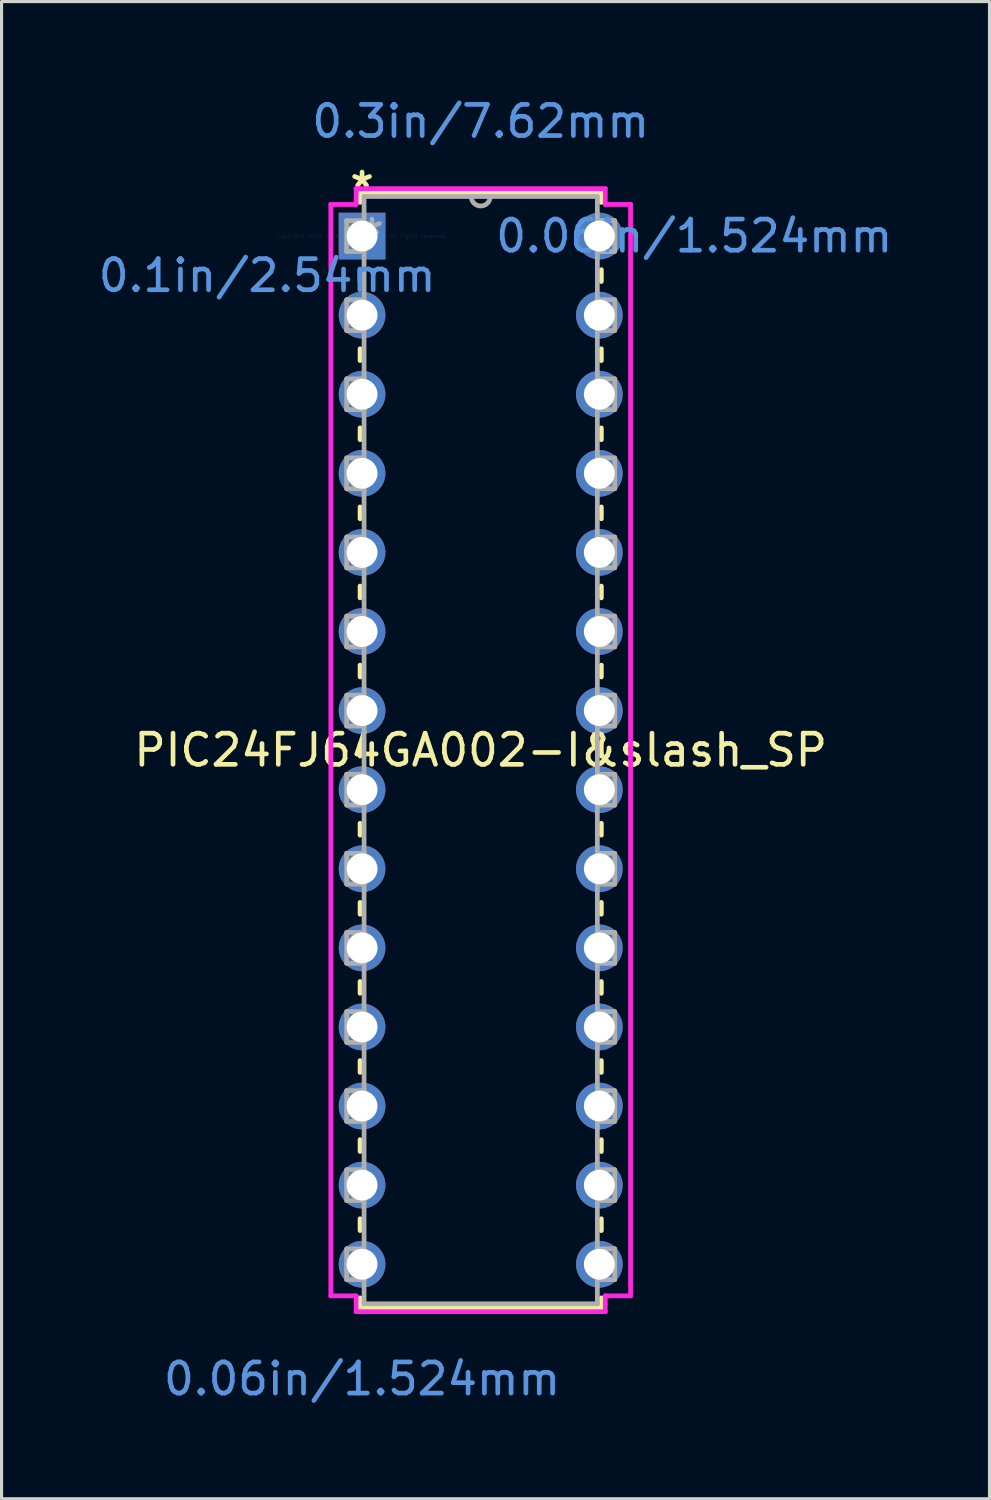
<source format=kicad_pcb>
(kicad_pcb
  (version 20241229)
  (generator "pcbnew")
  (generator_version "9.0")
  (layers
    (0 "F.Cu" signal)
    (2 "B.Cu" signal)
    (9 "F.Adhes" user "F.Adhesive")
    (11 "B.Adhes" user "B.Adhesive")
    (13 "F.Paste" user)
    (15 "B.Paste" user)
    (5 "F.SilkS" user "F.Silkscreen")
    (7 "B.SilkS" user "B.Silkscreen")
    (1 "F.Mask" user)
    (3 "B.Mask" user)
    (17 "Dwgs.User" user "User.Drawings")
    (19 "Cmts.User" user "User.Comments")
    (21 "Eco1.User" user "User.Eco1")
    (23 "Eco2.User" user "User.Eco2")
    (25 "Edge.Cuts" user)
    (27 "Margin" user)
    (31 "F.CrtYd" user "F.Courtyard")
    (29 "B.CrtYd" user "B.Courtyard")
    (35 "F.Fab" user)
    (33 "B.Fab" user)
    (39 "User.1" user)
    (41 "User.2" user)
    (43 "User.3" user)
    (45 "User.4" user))
  (footprint "PIC24FJ64GA002-I&slash_SP"
    (layer "F.Cu")
    (at 8.578 4.531)
    (property "Reference" "PIC24FJ64GA002-I&slash_SP" (at 3.81 16.51 0) (layer "F.SilkS") (effects (font (size 1 1) (thickness 0.15))))
    (attr through_hole)
    (fp_line (start -0.064 -1.397) (end -0.064 -1.082) (stroke (width 0.152) (type solid)) (layer "F.SilkS"))
    (fp_line (start -0.064 1.082) (end -0.064 1.46) (stroke (width 0.152) (type solid)) (layer "F.SilkS"))
    (fp_line (start -0.064 3.62) (end -0.064 4) (stroke (width 0.152) (type solid)) (layer "F.SilkS"))
    (fp_line (start -0.064 6.16) (end -0.064 6.54) (stroke (width 0.152) (type solid)) (layer "F.SilkS"))
    (fp_line (start -0.064 8.7) (end -0.064 9.08) (stroke (width 0.152) (type solid)) (layer "F.SilkS"))
    (fp_line (start -0.064 11.24) (end -0.064 11.62) (stroke (width 0.152) (type solid)) (layer "F.SilkS"))
    (fp_line (start -0.064 13.78) (end -0.064 14.16) (stroke (width 0.152) (type solid)) (layer "F.SilkS"))
    (fp_line (start -0.064 16.32) (end -0.064 16.7) (stroke (width 0.152) (type solid)) (layer "F.SilkS"))
    (fp_line (start -0.064 18.86) (end -0.064 19.24) (stroke (width 0.152) (type solid)) (layer "F.SilkS"))
    (fp_line (start -0.064 21.4) (end -0.064 21.78) (stroke (width 0.152) (type solid)) (layer "F.SilkS"))
    (fp_line (start -0.064 23.94) (end -0.064 24.32) (stroke (width 0.152) (type solid)) (layer "F.SilkS"))
    (fp_line (start -0.064 26.48) (end -0.064 26.86) (stroke (width 0.152) (type solid)) (layer "F.SilkS"))
    (fp_line (start -0.064 29.02) (end -0.064 29.4) (stroke (width 0.152) (type solid)) (layer "F.SilkS"))
    (fp_line (start -0.064 31.56) (end -0.064 31.94) (stroke (width 0.152) (type solid)) (layer "F.SilkS"))
    (fp_line (start -0.064 34.1) (end -0.064 34.417) (stroke (width 0.152) (type solid)) (layer "F.SilkS"))
    (fp_line (start -0.064 34.417) (end 7.684 34.417) (stroke (width 0.152) (type solid)) (layer "F.SilkS"))
    (fp_line (start 7.684 -1.397) (end -0.064 -1.397) (stroke (width 0.152) (type solid)) (layer "F.SilkS"))
    (fp_line (start 7.684 -1.08) (end 7.684 -1.397) (stroke (width 0.152) (type solid)) (layer "F.SilkS"))
    (fp_line (start 7.684 1.46) (end 7.684 1.08) (stroke (width 0.152) (type solid)) (layer "F.SilkS"))
    (fp_line (start 7.684 4) (end 7.684 3.62) (stroke (width 0.152) (type solid)) (layer "F.SilkS"))
    (fp_line (start 7.684 6.54) (end 7.684 6.16) (stroke (width 0.152) (type solid)) (layer "F.SilkS"))
    (fp_line (start 7.684 9.08) (end 7.684 8.7) (stroke (width 0.152) (type solid)) (layer "F.SilkS"))
    (fp_line (start 7.684 11.62) (end 7.684 11.24) (stroke (width 0.152) (type solid)) (layer "F.SilkS"))
    (fp_line (start 7.684 14.16) (end 7.684 13.78) (stroke (width 0.152) (type solid)) (layer "F.SilkS"))
    (fp_line (start 7.684 16.7) (end 7.684 16.32) (stroke (width 0.152) (type solid)) (layer "F.SilkS"))
    (fp_line (start 7.684 19.24) (end 7.684 18.86) (stroke (width 0.152) (type solid)) (layer "F.SilkS"))
    (fp_line (start 7.684 21.78) (end 7.684 21.4) (stroke (width 0.152) (type solid)) (layer "F.SilkS"))
    (fp_line (start 7.684 24.32) (end 7.684 23.94) (stroke (width 0.152) (type solid)) (layer "F.SilkS"))
    (fp_line (start 7.684 26.86) (end 7.684 26.48) (stroke (width 0.152) (type solid)) (layer "F.SilkS"))
    (fp_line (start 7.684 29.4) (end 7.684 29.02) (stroke (width 0.152) (type solid)) (layer "F.SilkS"))
    (fp_line (start 7.684 31.94) (end 7.684 31.56) (stroke (width 0.152) (type solid)) (layer "F.SilkS"))
    (fp_line (start 7.684 34.417) (end 7.684 34.1) (stroke (width 0.152) (type solid)) (layer "F.SilkS"))
    (fp_line (start -1.003 -1.016) (end -0.191 -1.016) (stroke (width 0.152) (type solid)) (layer "F.CrtYd"))
    (fp_line (start -1.003 34.036) (end -1.003 -1.016) (stroke (width 0.152) (type solid)) (layer "F.CrtYd"))
    (fp_line (start -0.191 -1.524) (end 7.811 -1.524) (stroke (width 0.152) (type solid)) (layer "F.CrtYd"))
    (fp_line (start -0.191 -1.016) (end -0.191 -1.524) (stroke (width 0.152) (type solid)) (layer "F.CrtYd"))
    (fp_line (start -0.191 34.036) (end -1.003 34.036) (stroke (width 0.152) (type solid)) (layer "F.CrtYd"))
    (fp_line (start -0.191 34.544) (end -0.191 34.036) (stroke (width 0.152) (type solid)) (layer "F.CrtYd"))
    (fp_line (start 7.811 -1.524) (end 7.811 -1.016) (stroke (width 0.152) (type solid)) (layer "F.CrtYd"))
    (fp_line (start 7.811 34.036) (end 7.811 34.544) (stroke (width 0.152) (type solid)) (layer "F.CrtYd"))
    (fp_line (start 7.811 34.544) (end -0.191 34.544) (stroke (width 0.152) (type solid)) (layer "F.CrtYd"))
    (fp_line (start 8.623 -1.016) (end 7.811 -1.016) (stroke (width 0.152) (type solid)) (layer "F.CrtYd"))
    (fp_line (start 8.623 -1.016) (end 8.623 34.036) (stroke (width 0.152) (type solid)) (layer "F.CrtYd"))
    (fp_line (start 8.623 34.036) (end 7.811 34.036) (stroke (width 0.152) (type solid)) (layer "F.CrtYd"))
    (fp_line (start -0.495 -0.495) (end -0.495 0.495) (stroke (width 0.152) (type solid)) (layer "F.Fab"))
    (fp_line (start -0.495 0.495) (end 0.064 0.495) (stroke (width 0.152) (type solid)) (layer "F.Fab"))
    (fp_line (start -0.495 2.045) (end -0.495 3.035) (stroke (width 0.152) (type solid)) (layer "F.Fab"))
    (fp_line (start -0.495 3.035) (end 0.064 3.035) (stroke (width 0.152) (type solid)) (layer "F.Fab"))
    (fp_line (start -0.495 4.585) (end -0.495 5.575) (stroke (width 0.152) (type solid)) (layer "F.Fab"))
    (fp_line (start -0.495 5.575) (end 0.064 5.575) (stroke (width 0.152) (type solid)) (layer "F.Fab"))
    (fp_line (start -0.495 7.125) (end -0.495 8.115) (stroke (width 0.152) (type solid)) (layer "F.Fab"))
    (fp_line (start -0.495 8.115) (end 0.064 8.115) (stroke (width 0.152) (type solid)) (layer "F.Fab"))
    (fp_line (start -0.495 9.665) (end -0.495 10.655) (stroke (width 0.152) (type solid)) (layer "F.Fab"))
    (fp_line (start -0.495 10.655) (end 0.064 10.655) (stroke (width 0.152) (type solid)) (layer "F.Fab"))
    (fp_line (start -0.495 12.205) (end -0.495 13.195) (stroke (width 0.152) (type solid)) (layer "F.Fab"))
    (fp_line (start -0.495 13.195) (end 0.064 13.195) (stroke (width 0.152) (type solid)) (layer "F.Fab"))
    (fp_line (start -0.495 14.745) (end -0.495 15.735) (stroke (width 0.152) (type solid)) (layer "F.Fab"))
    (fp_line (start -0.495 15.735) (end 0.064 15.735) (stroke (width 0.152) (type solid)) (layer "F.Fab"))
    (fp_line (start -0.495 17.285) (end -0.495 18.275) (stroke (width 0.152) (type solid)) (layer "F.Fab"))
    (fp_line (start -0.495 18.275) (end 0.064 18.275) (stroke (width 0.152) (type solid)) (layer "F.Fab"))
    (fp_line (start -0.495 19.825) (end -0.495 20.815) (stroke (width 0.152) (type solid)) (layer "F.Fab"))
    (fp_line (start -0.495 20.815) (end 0.064 20.815) (stroke (width 0.152) (type solid)) (layer "F.Fab"))
    (fp_line (start -0.495 22.365) (end -0.495 23.355) (stroke (width 0.152) (type solid)) (layer "F.Fab"))
    (fp_line (start -0.495 23.355) (end 0.064 23.355) (stroke (width 0.152) (type solid)) (layer "F.Fab"))
    (fp_line (start -0.495 24.905) (end -0.495 25.895) (stroke (width 0.152) (type solid)) (layer "F.Fab"))
    (fp_line (start -0.495 25.895) (end 0.064 25.895) (stroke (width 0.152) (type solid)) (layer "F.Fab"))
    (fp_line (start -0.495 27.445) (end -0.495 28.435) (stroke (width 0.152) (type solid)) (layer "F.Fab"))
    (fp_line (start -0.495 28.435) (end 0.064 28.435) (stroke (width 0.152) (type solid)) (layer "F.Fab"))
    (fp_line (start -0.495 29.985) (end -0.495 30.975) (stroke (width 0.152) (type solid)) (layer "F.Fab"))
    (fp_line (start -0.495 30.975) (end 0.064 30.975) (stroke (width 0.152) (type solid)) (layer "F.Fab"))
    (fp_line (start -0.495 32.525) (end -0.495 33.515) (stroke (width 0.152) (type solid)) (layer "F.Fab"))
    (fp_line (start -0.495 33.515) (end 0.064 33.515) (stroke (width 0.152) (type solid)) (layer "F.Fab"))
    (fp_line (start 0.064 -1.27) (end 0.064 34.29) (stroke (width 0.152) (type solid)) (layer "F.Fab"))
    (fp_line (start 0.064 -0.495) (end -0.495 -0.495) (stroke (width 0.152) (type solid)) (layer "F.Fab"))
    (fp_line (start 0.064 0.495) (end 0.064 -0.495) (stroke (width 0.152) (type solid)) (layer "F.Fab"))
    (fp_line (start 0.064 2.045) (end -0.495 2.045) (stroke (width 0.152) (type solid)) (layer "F.Fab"))
    (fp_line (start 0.064 3.035) (end 0.064 2.045) (stroke (width 0.152) (type solid)) (layer "F.Fab"))
    (fp_line (start 0.064 4.585) (end -0.495 4.585) (stroke (width 0.152) (type solid)) (layer "F.Fab"))
    (fp_line (start 0.064 5.575) (end 0.064 4.585) (stroke (width 0.152) (type solid)) (layer "F.Fab"))
    (fp_line (start 0.064 7.125) (end -0.495 7.125) (stroke (width 0.152) (type solid)) (layer "F.Fab"))
    (fp_line (start 0.064 8.115) (end 0.064 7.125) (stroke (width 0.152) (type solid)) (layer "F.Fab"))
    (fp_line (start 0.064 9.665) (end -0.495 9.665) (stroke (width 0.152) (type solid)) (layer "F.Fab"))
    (fp_line (start 0.064 10.655) (end 0.064 9.665) (stroke (width 0.152) (type solid)) (layer "F.Fab"))
    (fp_line (start 0.064 12.205) (end -0.495 12.205) (stroke (width 0.152) (type solid)) (layer "F.Fab"))
    (fp_line (start 0.064 13.195) (end 0.064 12.205) (stroke (width 0.152) (type solid)) (layer "F.Fab"))
    (fp_line (start 0.064 14.745) (end -0.495 14.745) (stroke (width 0.152) (type solid)) (layer "F.Fab"))
    (fp_line (start 0.064 15.735) (end 0.064 14.745) (stroke (width 0.152) (type solid)) (layer "F.Fab"))
    (fp_line (start 0.064 17.285) (end -0.495 17.285) (stroke (width 0.152) (type solid)) (layer "F.Fab"))
    (fp_line (start 0.064 18.275) (end 0.064 17.285) (stroke (width 0.152) (type solid)) (layer "F.Fab"))
    (fp_line (start 0.064 19.825) (end -0.495 19.825) (stroke (width 0.152) (type solid)) (layer "F.Fab"))
    (fp_line (start 0.064 20.815) (end 0.064 19.825) (stroke (width 0.152) (type solid)) (layer "F.Fab"))
    (fp_line (start 0.064 22.365) (end -0.495 22.365) (stroke (width 0.152) (type solid)) (layer "F.Fab"))
    (fp_line (start 0.064 23.355) (end 0.064 22.365) (stroke (width 0.152) (type solid)) (layer "F.Fab"))
    (fp_line (start 0.064 24.905) (end -0.495 24.905) (stroke (width 0.152) (type solid)) (layer "F.Fab"))
    (fp_line (start 0.064 25.895) (end 0.064 24.905) (stroke (width 0.152) (type solid)) (layer "F.Fab"))
    (fp_line (start 0.064 27.445) (end -0.495 27.445) (stroke (width 0.152) (type solid)) (layer "F.Fab"))
    (fp_line (start 0.064 28.435) (end 0.064 27.445) (stroke (width 0.152) (type solid)) (layer "F.Fab"))
    (fp_line (start 0.064 29.985) (end -0.495 29.985) (stroke (width 0.152) (type solid)) (layer "F.Fab"))
    (fp_line (start 0.064 30.975) (end 0.064 29.985) (stroke (width 0.152) (type solid)) (layer "F.Fab"))
    (fp_line (start 0.064 32.525) (end -0.495 32.525) (stroke (width 0.152) (type solid)) (layer "F.Fab"))
    (fp_line (start 0.064 33.515) (end 0.064 32.525) (stroke (width 0.152) (type solid)) (layer "F.Fab"))
    (fp_line (start 0.064 34.29) (end 7.556 34.29) (stroke (width 0.152) (type solid)) (layer "F.Fab"))
    (fp_line (start 7.556 -1.27) (end 0.064 -1.27) (stroke (width 0.152) (type solid)) (layer "F.Fab"))
    (fp_line (start 7.556 -0.495) (end 7.556 0.495) (stroke (width 0.152) (type solid)) (layer "F.Fab"))
    (fp_line (start 7.556 0.495) (end 8.115 0.495) (stroke (width 0.152) (type solid)) (layer "F.Fab"))
    (fp_line (start 7.556 2.045) (end 7.556 3.035) (stroke (width 0.152) (type solid)) (layer "F.Fab"))
    (fp_line (start 7.556 3.035) (end 8.115 3.035) (stroke (width 0.152) (type solid)) (layer "F.Fab"))
    (fp_line (start 7.556 4.585) (end 7.556 5.575) (stroke (width 0.152) (type solid)) (layer "F.Fab"))
    (fp_line (start 7.556 5.575) (end 8.115 5.575) (stroke (width 0.152) (type solid)) (layer "F.Fab"))
    (fp_line (start 7.556 7.125) (end 7.556 8.115) (stroke (width 0.152) (type solid)) (layer "F.Fab"))
    (fp_line (start 7.556 8.115) (end 8.115 8.115) (stroke (width 0.152) (type solid)) (layer "F.Fab"))
    (fp_line (start 7.556 9.665) (end 7.556 10.655) (stroke (width 0.152) (type solid)) (layer "F.Fab"))
    (fp_line (start 7.556 10.655) (end 8.115 10.655) (stroke (width 0.152) (type solid)) (layer "F.Fab"))
    (fp_line (start 7.556 12.205) (end 7.556 13.195) (stroke (width 0.152) (type solid)) (layer "F.Fab"))
    (fp_line (start 7.556 13.195) (end 8.115 13.195) (stroke (width 0.152) (type solid)) (layer "F.Fab"))
    (fp_line (start 7.556 14.745) (end 7.556 15.735) (stroke (width 0.152) (type solid)) (layer "F.Fab"))
    (fp_line (start 7.556 15.735) (end 8.115 15.735) (stroke (width 0.152) (type solid)) (layer "F.Fab"))
    (fp_line (start 7.556 17.285) (end 7.556 18.275) (stroke (width 0.152) (type solid)) (layer "F.Fab"))
    (fp_line (start 7.556 18.275) (end 8.115 18.275) (stroke (width 0.152) (type solid)) (layer "F.Fab"))
    (fp_line (start 7.556 19.825) (end 7.556 20.815) (stroke (width 0.152) (type solid)) (layer "F.Fab"))
    (fp_line (start 7.556 20.815) (end 8.115 20.815) (stroke (width 0.152) (type solid)) (layer "F.Fab"))
    (fp_line (start 7.556 22.365) (end 7.556 23.355) (stroke (width 0.152) (type solid)) (layer "F.Fab"))
    (fp_line (start 7.556 23.355) (end 8.115 23.355) (stroke (width 0.152) (type solid)) (layer "F.Fab"))
    (fp_line (start 7.556 24.905) (end 7.556 25.895) (stroke (width 0.152) (type solid)) (layer "F.Fab"))
    (fp_line (start 7.556 25.895) (end 8.115 25.895) (stroke (width 0.152) (type solid)) (layer "F.Fab"))
    (fp_line (start 7.556 27.445) (end 7.556 28.435) (stroke (width 0.152) (type solid)) (layer "F.Fab"))
    (fp_line (start 7.556 28.435) (end 8.115 28.435) (stroke (width 0.152) (type solid)) (layer "F.Fab"))
    (fp_line (start 7.556 29.985) (end 7.556 30.975) (stroke (width 0.152) (type solid)) (layer "F.Fab"))
    (fp_line (start 7.556 30.975) (end 8.115 30.975) (stroke (width 0.152) (type solid)) (layer "F.Fab"))
    (fp_line (start 7.556 32.525) (end 7.556 33.515) (stroke (width 0.152) (type solid)) (layer "F.Fab"))
    (fp_line (start 7.556 33.515) (end 8.115 33.515) (stroke (width 0.152) (type solid)) (layer "F.Fab"))
    (fp_line (start 7.556 34.29) (end 7.556 -1.27) (stroke (width 0.152) (type solid)) (layer "F.Fab"))
    (fp_line (start 8.115 -0.495) (end 7.556 -0.495) (stroke (width 0.152) (type solid)) (layer "F.Fab"))
    (fp_line (start 8.115 0.495) (end 8.115 -0.495) (stroke (width 0.152) (type solid)) (layer "F.Fab"))
    (fp_line (start 8.115 2.045) (end 7.556 2.045) (stroke (width 0.152) (type solid)) (layer "F.Fab"))
    (fp_line (start 8.115 3.035) (end 8.115 2.045) (stroke (width 0.152) (type solid)) (layer "F.Fab"))
    (fp_line (start 8.115 4.585) (end 7.556 4.585) (stroke (width 0.152) (type solid)) (layer "F.Fab"))
    (fp_line (start 8.115 5.575) (end 8.115 4.585) (stroke (width 0.152) (type solid)) (layer "F.Fab"))
    (fp_line (start 8.115 7.125) (end 7.556 7.125) (stroke (width 0.152) (type solid)) (layer "F.Fab"))
    (fp_line (start 8.115 8.115) (end 8.115 7.125) (stroke (width 0.152) (type solid)) (layer "F.Fab"))
    (fp_line (start 8.115 9.665) (end 7.556 9.665) (stroke (width 0.152) (type solid)) (layer "F.Fab"))
    (fp_line (start 8.115 10.655) (end 8.115 9.665) (stroke (width 0.152) (type solid)) (layer "F.Fab"))
    (fp_line (start 8.115 12.205) (end 7.556 12.205) (stroke (width 0.152) (type solid)) (layer "F.Fab"))
    (fp_line (start 8.115 13.195) (end 8.115 12.205) (stroke (width 0.152) (type solid)) (layer "F.Fab"))
    (fp_line (start 8.115 14.745) (end 7.556 14.745) (stroke (width 0.152) (type solid)) (layer "F.Fab"))
    (fp_line (start 8.115 15.735) (end 8.115 14.745) (stroke (width 0.152) (type solid)) (layer "F.Fab"))
    (fp_line (start 8.115 17.285) (end 7.556 17.285) (stroke (width 0.152) (type solid)) (layer "F.Fab"))
    (fp_line (start 8.115 18.275) (end 8.115 17.285) (stroke (width 0.152) (type solid)) (layer "F.Fab"))
    (fp_line (start 8.115 19.825) (end 7.556 19.825) (stroke (width 0.152) (type solid)) (layer "F.Fab"))
    (fp_line (start 8.115 20.815) (end 8.115 19.825) (stroke (width 0.152) (type solid)) (layer "F.Fab"))
    (fp_line (start 8.115 22.365) (end 7.556 22.365) (stroke (width 0.152) (type solid)) (layer "F.Fab"))
    (fp_line (start 8.115 23.355) (end 8.115 22.365) (stroke (width 0.152) (type solid)) (layer "F.Fab"))
    (fp_line (start 8.115 24.905) (end 7.556 24.905) (stroke (width 0.152) (type solid)) (layer "F.Fab"))
    (fp_line (start 8.115 25.895) (end 8.115 24.905) (stroke (width 0.152) (type solid)) (layer "F.Fab"))
    (fp_line (start 8.115 27.445) (end 7.556 27.445) (stroke (width 0.152) (type solid)) (layer "F.Fab"))
    (fp_line (start 8.115 28.435) (end 8.115 27.445) (stroke (width 0.152) (type solid)) (layer "F.Fab"))
    (fp_line (start 8.115 29.985) (end 7.556 29.985) (stroke (width 0.152) (type solid)) (layer "F.Fab"))
    (fp_line (start 8.115 30.975) (end 8.115 29.985) (stroke (width 0.152) (type solid)) (layer "F.Fab"))
    (fp_line (start 8.115 32.525) (end 7.556 32.525) (stroke (width 0.152) (type solid)) (layer "F.Fab"))
    (fp_line (start 8.115 33.515) (end 8.115 32.525) (stroke (width 0.152) (type solid)) (layer "F.Fab"))
    (fp_arc (start 4.1148 -1.27) (mid 3.81 -0.9652) (end 3.5052 -1.27) (stroke (width 0.1524) (type solid)) (layer "F.Fab"))
    (fp_text user "*" (at 0 -1.511 0) (layer "F.SilkS") (effects (font (size 1 1) (thickness 0.15))))
    (fp_text user "Copyright 2016 Accelerated Designs. All rights reserved." (at 0 0 0) (layer "Cmts.User") (effects (font (size 0.127 0.127) (thickness 0.002))))
    (fp_text user "0.06in/1.524mm" (at 0 36.703 0) (layer "Cmts.User") (effects (font (size 1 1) (thickness 0.15))))
    (fp_text user "0.1in/2.54mm" (at -3.048 1.27 0) (layer "Cmts.User") (effects (font (size 1 1) (thickness 0.15))))
    (fp_text user "0.06in/1.524mm" (at 10.668 0 0) (layer "Cmts.User") (effects (font (size 1 1) (thickness 0.15))))
    (fp_text user "0.3in/7.62mm" (at 3.81 -3.683 0) (layer "Cmts.User") (effects (font (size 1 1) (thickness 0.15))))
    (fp_text user "*" (at 0.318 0 0) (layer "F.Fab") (effects (font (size 1 1) (thickness 0.15))))
    (pad "1" thru_hole rect (at 0 0) (size 1.499 1.499) (drill 0.991) (layers "*.Cu" "*.Mask"))
    (pad "2" thru_hole circle (at 0 2.54) (size 1.499 1.499) (drill 0.991) (layers "*.Cu" "*.Mask"))
    (pad "3" thru_hole circle (at 0 5.08) (size 1.499 1.499) (drill 0.991) (layers "*.Cu" "*.Mask"))
    (pad "4" thru_hole circle (at 0 7.62) (size 1.499 1.499) (drill 0.991) (layers "*.Cu" "*.Mask"))
    (pad "5" thru_hole circle (at 0 10.16) (size 1.499 1.499) (drill 0.991) (layers "*.Cu" "*.Mask"))
    (pad "6" thru_hole circle (at 0 12.7) (size 1.499 1.499) (drill 0.991) (layers "*.Cu" "*.Mask"))
    (pad "7" thru_hole circle (at 0 15.24) (size 1.499 1.499) (drill 0.991) (layers "*.Cu" "*.Mask"))
    (pad "8" thru_hole circle (at 0 17.78) (size 1.499 1.499) (drill 0.991) (layers "*.Cu" "*.Mask"))
    (pad "9" thru_hole circle (at 0 20.32) (size 1.499 1.499) (drill 0.991) (layers "*.Cu" "*.Mask"))
    (pad "10" thru_hole circle (at 0 22.86) (size 1.499 1.499) (drill 0.991) (layers "*.Cu" "*.Mask"))
    (pad "11" thru_hole circle (at 0 25.4) (size 1.499 1.499) (drill 0.991) (layers "*.Cu" "*.Mask"))
    (pad "12" thru_hole circle (at 0 27.94) (size 1.499 1.499) (drill 0.991) (layers "*.Cu" "*.Mask"))
    (pad "13" thru_hole circle (at 0 30.48) (size 1.499 1.499) (drill 0.991) (layers "*.Cu" "*.Mask"))
    (pad "14" thru_hole circle (at 0 33.02) (size 1.499 1.499) (drill 0.991) (layers "*.Cu" "*.Mask"))
    (pad "15" thru_hole circle (at 7.62 33.02) (size 1.499 1.499) (drill 0.991) (layers "*.Cu" "*.Mask"))
    (pad "16" thru_hole circle (at 7.62 30.48) (size 1.499 1.499) (drill 0.991) (layers "*.Cu" "*.Mask"))
    (pad "17" thru_hole circle (at 7.62 27.94) (size 1.499 1.499) (drill 0.991) (layers "*.Cu" "*.Mask"))
    (pad "18" thru_hole circle (at 7.62 25.4) (size 1.499 1.499) (drill 0.991) (layers "*.Cu" "*.Mask"))
    (pad "19" thru_hole circle (at 7.62 22.86) (size 1.499 1.499) (drill 0.991) (layers "*.Cu" "*.Mask"))
    (pad "20" thru_hole circle (at 7.62 20.32) (size 1.499 1.499) (drill 0.991) (layers "*.Cu" "*.Mask"))
    (pad "21" thru_hole circle (at 7.62 17.78) (size 1.499 1.499) (drill 0.991) (layers "*.Cu" "*.Mask"))
    (pad "22" thru_hole circle (at 7.62 15.24) (size 1.499 1.499) (drill 0.991) (layers "*.Cu" "*.Mask"))
    (pad "23" thru_hole circle (at 7.62 12.7) (size 1.499 1.499) (drill 0.991) (layers "*.Cu" "*.Mask"))
    (pad "24" thru_hole circle (at 7.62 10.16) (size 1.499 1.499) (drill 0.991) (layers "*.Cu" "*.Mask"))
    (pad "25" thru_hole circle (at 7.62 7.62) (size 1.499 1.499) (drill 0.991) (layers "*.Cu" "*.Mask"))
    (pad "26" thru_hole circle (at 7.62 5.08) (size 1.499 1.499) (drill 0.991) (layers "*.Cu" "*.Mask"))
    (pad "27" thru_hole circle (at 7.62 2.54) (size 1.499 1.499) (drill 0.991) (layers "*.Cu" "*.Mask"))
    (pad "28" thru_hole circle (at 7.62 0) (size 1.499 1.499) (drill 0.991) (layers "*.Cu" "*.Mask")))
  (gr_rect
    (start -3 -3)
    (end 28.728 45.083)
    (stroke (width 0.1) (type default))
    (fill no)
    (layer "Edge.Cuts")))
</source>
